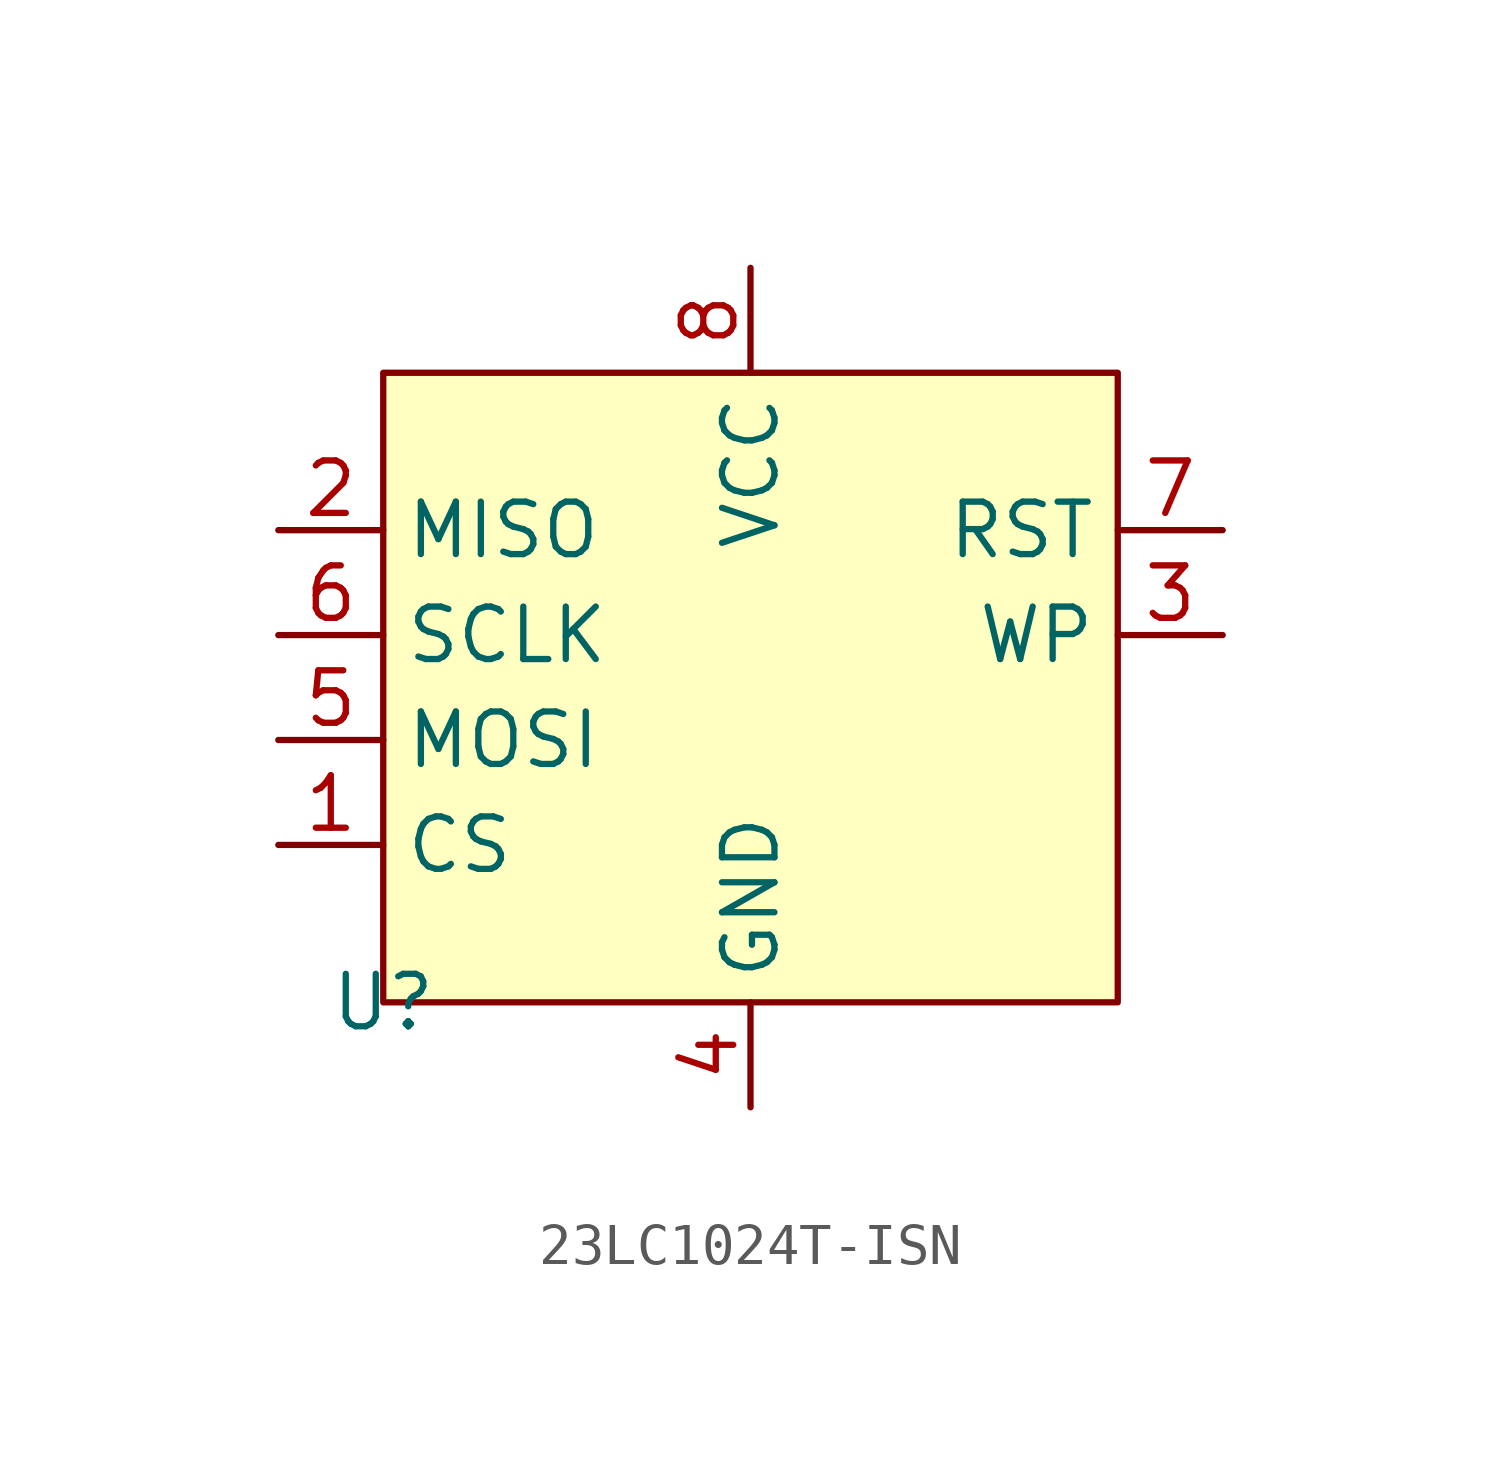
<source format=kicad_sym>
(kicad_symbol_lib
  (version 20231120)
  (generator "kicad_symbol_editor")
  (generator_version "8.0")
  (symbol "23LC1024T-ISN"
    (property "Reference" "U"
      (at 0 0 0)
      (effects (font (size 1.27 1.27))))
    (property "Value" ""
      (at 0 0 0)
      (effects (font (size 1.27 1.27))))
    (symbol "23LC1024T-ISN_1_1"
      (rectangle (start 0 15.24) (end 17.78 0) (stroke (width 0) (type default)) (fill (type background)))
      (pin bidirectional line (at -2.54 3.81 0) (length 2.54) (name "CS" (effects (font (size 1.27 1.27)))) (number "1" (effects (font (size 1.27 1.27)))))
      (pin bidirectional line (at -2.54 11.43 0) (length 2.54) (name "MISO" (effects (font (size 1.27 1.27)))) (number "2" (effects (font (size 1.27 1.27)))))
      (pin bidirectional line (at 20.32 8.89 180) (length 2.54) (name "WP" (effects (font (size 1.27 1.27)))) (number "3" (effects (font (size 1.27 1.27)))))
      (pin power_in line (at 8.89 -2.54 90) (length 2.54) (name "GND" (effects (font (size 1.27 1.27)))) (number "4" (effects (font (size 1.27 1.27)))))
      (pin bidirectional line (at -2.54 6.35 0) (length 2.54) (name "MOSI" (effects (font (size 1.27 1.27)))) (number "5" (effects (font (size 1.27 1.27)))))
      (pin bidirectional line (at -2.54 8.89 0) (length 2.54) (name "SCLK" (effects (font (size 1.27 1.27)))) (number "6" (effects (font (size 1.27 1.27)))))
      (pin bidirectional line (at 20.32 11.43 180) (length 2.54) (name "RST" (effects (font (size 1.27 1.27)))) (number "7" (effects (font (size 1.27 1.27)))))
      (pin power_in line (at 8.89 17.78 270) (length 2.54) (name "VCC" (effects (font (size 1.27 1.27)))) (number "8" (effects (font (size 1.27 1.27))))))))
</source>
